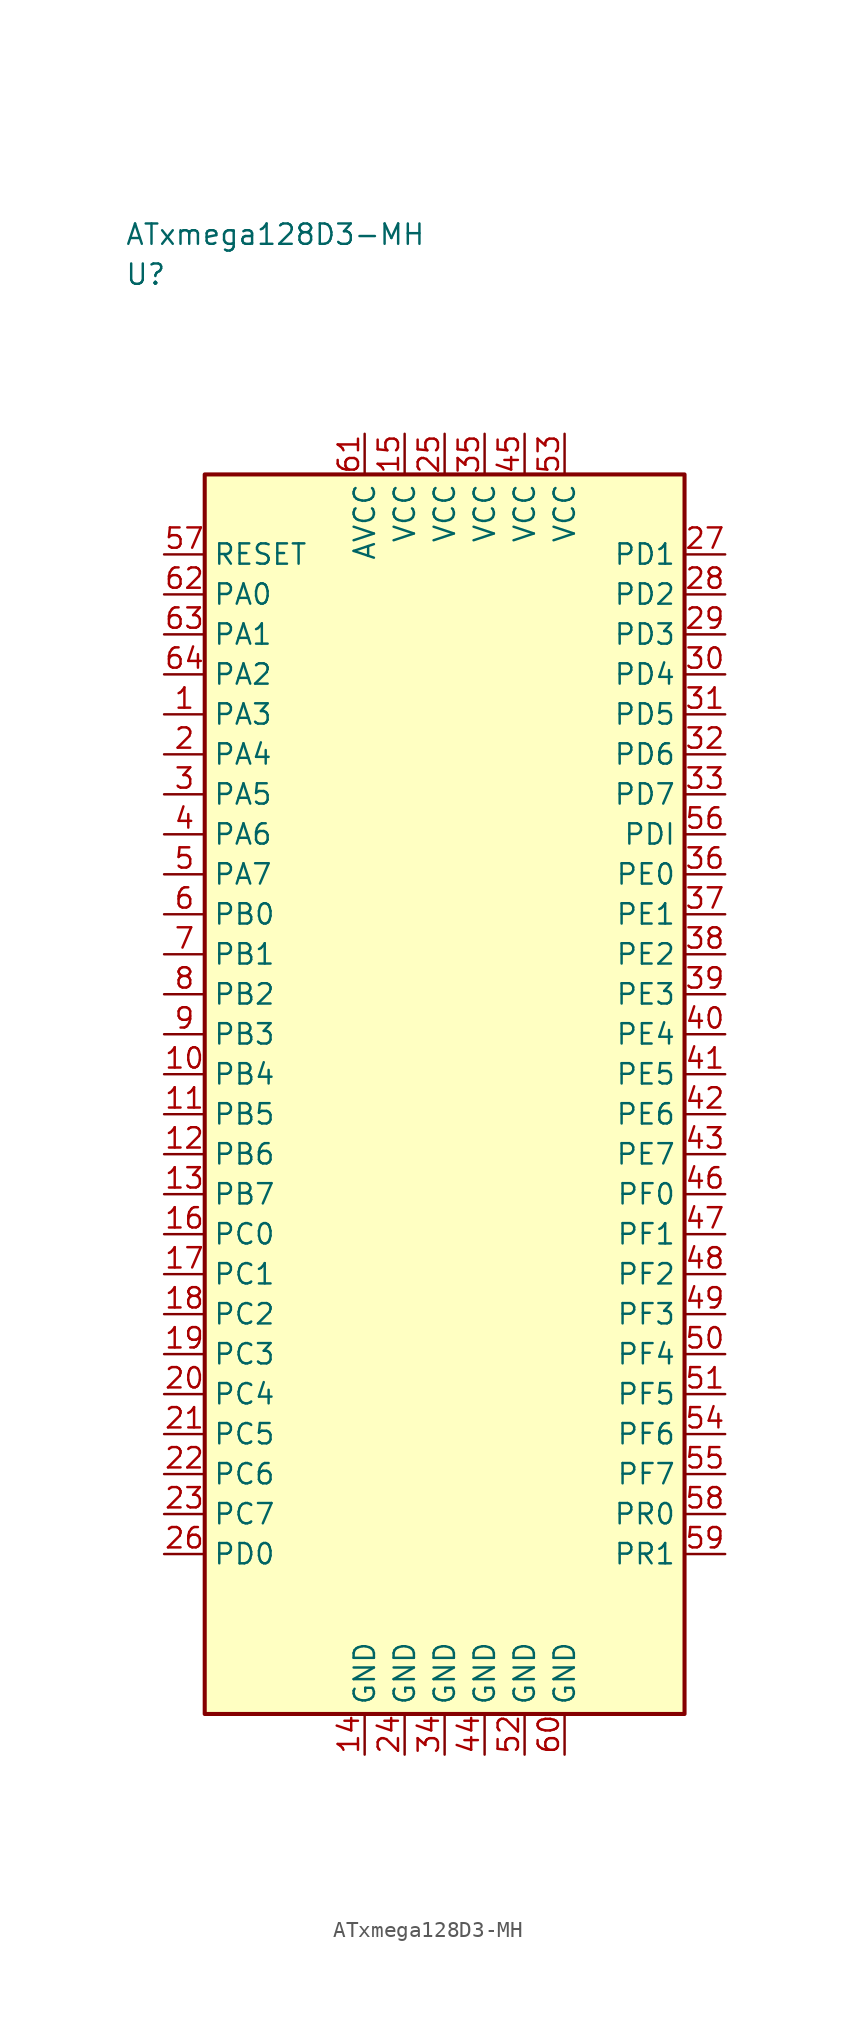
<source format=kicad_sym>
(kicad_symbol_lib
  (version 20241025)
  (generator "kicad_symbol_editor")
  (generator_version "8.0")
  (symbol "ATxmega128D3-MH"
    (property "Reference" "U"
      (at -20.0 51.25 0)
      (effects (font (size 1.27 1.27)) (justify left)))
    (property "Value" "ATxmega128D3-MH"
      (at -20.0 53.75 0)
      (effects (font (size 1.27 1.27)) (justify left)))
    (symbol "ATxmega128D3-MH_0_1"
      (rectangle (start -15.0 38.75) (end 15.0 -38.75) (stroke (width 0.254) (type default)) (fill (type background))))
    (symbol "ATxmega128D3-MH_1_1"
      (pin bidirectional line (at -17.54 23.75 0.0) (length 2.54) (name "PA3" (effects (font (size 1.27 1.27)))) (number "1" (effects (font (size 1.27 1.27)))))
      (pin bidirectional line (at -17.54 21.25 0.0) (length 2.54) (name "PA4" (effects (font (size 1.27 1.27)))) (number "2" (effects (font (size 1.27 1.27)))))
      (pin bidirectional line (at -17.54 18.75 0.0) (length 2.54) (name "PA5" (effects (font (size 1.27 1.27)))) (number "3" (effects (font (size 1.27 1.27)))))
      (pin bidirectional line (at -17.54 16.25 0.0) (length 2.54) (name "PA6" (effects (font (size 1.27 1.27)))) (number "4" (effects (font (size 1.27 1.27)))))
      (pin bidirectional line (at -17.54 13.75 0.0) (length 2.54) (name "PA7" (effects (font (size 1.27 1.27)))) (number "5" (effects (font (size 1.27 1.27)))))
      (pin bidirectional line (at -17.54 11.25 0.0) (length 2.54) (name "PB0" (effects (font (size 1.27 1.27)))) (number "6" (effects (font (size 1.27 1.27)))))
      (pin bidirectional line (at -17.54 8.75 0.0) (length 2.54) (name "PB1" (effects (font (size 1.27 1.27)))) (number "7" (effects (font (size 1.27 1.27)))))
      (pin bidirectional line (at -17.54 6.25 0.0) (length 2.54) (name "PB2" (effects (font (size 1.27 1.27)))) (number "8" (effects (font (size 1.27 1.27)))))
      (pin bidirectional line (at -17.54 3.75 0.0) (length 2.54) (name "PB3" (effects (font (size 1.27 1.27)))) (number "9" (effects (font (size 1.27 1.27)))))
      (pin bidirectional line (at -17.54 1.25 0.0) (length 2.54) (name "PB4" (effects (font (size 1.27 1.27)))) (number "10" (effects (font (size 1.27 1.27)))))
      (pin bidirectional line (at -17.54 -1.25 0.0) (length 2.54) (name "PB5" (effects (font (size 1.27 1.27)))) (number "11" (effects (font (size 1.27 1.27)))))
      (pin bidirectional line (at -17.54 -3.75 0.0) (length 2.54) (name "PB6" (effects (font (size 1.27 1.27)))) (number "12" (effects (font (size 1.27 1.27)))))
      (pin bidirectional line (at -17.54 -6.25 0.0) (length 2.54) (name "PB7" (effects (font (size 1.27 1.27)))) (number "13" (effects (font (size 1.27 1.27)))))
      (pin passive line (at -5.0 -41.29 90.0) (length 2.54) (name "GND" (effects (font (size 1.27 1.27)))) (number "14" (effects (font (size 1.27 1.27)))))
      (pin power_in line (at -2.5 41.29 270.0) (length 2.54) (name "VCC" (effects (font (size 1.27 1.27)))) (number "15" (effects (font (size 1.27 1.27)))))
      (pin bidirectional line (at -17.54 -8.75 0.0) (length 2.54) (name "PC0" (effects (font (size 1.27 1.27)))) (number "16" (effects (font (size 1.27 1.27)))))
      (pin bidirectional line (at -17.54 -11.25 0.0) (length 2.54) (name "PC1" (effects (font (size 1.27 1.27)))) (number "17" (effects (font (size 1.27 1.27)))))
      (pin bidirectional line (at -17.54 -13.75 0.0) (length 2.54) (name "PC2" (effects (font (size 1.27 1.27)))) (number "18" (effects (font (size 1.27 1.27)))))
      (pin bidirectional line (at -17.54 -16.25 0.0) (length 2.54) (name "PC3" (effects (font (size 1.27 1.27)))) (number "19" (effects (font (size 1.27 1.27)))))
      (pin bidirectional line (at -17.54 -18.75 0.0) (length 2.54) (name "PC4" (effects (font (size 1.27 1.27)))) (number "20" (effects (font (size 1.27 1.27)))))
      (pin bidirectional line (at -17.54 -21.25 0.0) (length 2.54) (name "PC5" (effects (font (size 1.27 1.27)))) (number "21" (effects (font (size 1.27 1.27)))))
      (pin bidirectional line (at -17.54 -23.75 0.0) (length 2.54) (name "PC6" (effects (font (size 1.27 1.27)))) (number "22" (effects (font (size 1.27 1.27)))))
      (pin bidirectional line (at -17.54 -26.25 0.0) (length 2.54) (name "PC7" (effects (font (size 1.27 1.27)))) (number "23" (effects (font (size 1.27 1.27)))))
      (pin passive line (at -2.5 -41.29 90.0) (length 2.54) (name "GND" (effects (font (size 1.27 1.27)))) (number "24" (effects (font (size 1.27 1.27)))))
      (pin power_in line (at 0.0 41.29 270.0) (length 2.54) (name "VCC" (effects (font (size 1.27 1.27)))) (number "25" (effects (font (size 1.27 1.27)))))
      (pin bidirectional line (at -17.54 -28.75 0.0) (length 2.54) (name "PD0" (effects (font (size 1.27 1.27)))) (number "26" (effects (font (size 1.27 1.27)))))
      (pin bidirectional line (at 17.54 33.75 180.0) (length 2.54) (name "PD1" (effects (font (size 1.27 1.27)))) (number "27" (effects (font (size 1.27 1.27)))))
      (pin bidirectional line (at 17.54 31.25 180.0) (length 2.54) (name "PD2" (effects (font (size 1.27 1.27)))) (number "28" (effects (font (size 1.27 1.27)))))
      (pin bidirectional line (at 17.54 28.75 180.0) (length 2.54) (name "PD3" (effects (font (size 1.27 1.27)))) (number "29" (effects (font (size 1.27 1.27)))))
      (pin bidirectional line (at 17.54 26.25 180.0) (length 2.54) (name "PD4" (effects (font (size 1.27 1.27)))) (number "30" (effects (font (size 1.27 1.27)))))
      (pin bidirectional line (at 17.54 23.75 180.0) (length 2.54) (name "PD5" (effects (font (size 1.27 1.27)))) (number "31" (effects (font (size 1.27 1.27)))))
      (pin bidirectional line (at 17.54 21.25 180.0) (length 2.54) (name "PD6" (effects (font (size 1.27 1.27)))) (number "32" (effects (font (size 1.27 1.27)))))
      (pin bidirectional line (at 17.54 18.75 180.0) (length 2.54) (name "PD7" (effects (font (size 1.27 1.27)))) (number "33" (effects (font (size 1.27 1.27)))))
      (pin passive line (at 0.0 -41.29 90.0) (length 2.54) (name "GND" (effects (font (size 1.27 1.27)))) (number "34" (effects (font (size 1.27 1.27)))))
      (pin power_in line (at 2.5 41.29 270.0) (length 2.54) (name "VCC" (effects (font (size 1.27 1.27)))) (number "35" (effects (font (size 1.27 1.27)))))
      (pin bidirectional line (at 17.54 13.75 180.0) (length 2.54) (name "PE0" (effects (font (size 1.27 1.27)))) (number "36" (effects (font (size 1.27 1.27)))))
      (pin bidirectional line (at 17.54 11.25 180.0) (length 2.54) (name "PE1" (effects (font (size 1.27 1.27)))) (number "37" (effects (font (size 1.27 1.27)))))
      (pin bidirectional line (at 17.54 8.75 180.0) (length 2.54) (name "PE2" (effects (font (size 1.27 1.27)))) (number "38" (effects (font (size 1.27 1.27)))))
      (pin bidirectional line (at 17.54 6.25 180.0) (length 2.54) (name "PE3" (effects (font (size 1.27 1.27)))) (number "39" (effects (font (size 1.27 1.27)))))
      (pin bidirectional line (at 17.54 3.75 180.0) (length 2.54) (name "PE4" (effects (font (size 1.27 1.27)))) (number "40" (effects (font (size 1.27 1.27)))))
      (pin bidirectional line (at 17.54 1.25 180.0) (length 2.54) (name "PE5" (effects (font (size 1.27 1.27)))) (number "41" (effects (font (size 1.27 1.27)))))
      (pin bidirectional line (at 17.54 -1.25 180.0) (length 2.54) (name "PE6" (effects (font (size 1.27 1.27)))) (number "42" (effects (font (size 1.27 1.27)))))
      (pin bidirectional line (at 17.54 -3.75 180.0) (length 2.54) (name "PE7" (effects (font (size 1.27 1.27)))) (number "43" (effects (font (size 1.27 1.27)))))
      (pin passive line (at 2.5 -41.29 90.0) (length 2.54) (name "GND" (effects (font (size 1.27 1.27)))) (number "44" (effects (font (size 1.27 1.27)))))
      (pin power_in line (at 5.0 41.29 270.0) (length 2.54) (name "VCC" (effects (font (size 1.27 1.27)))) (number "45" (effects (font (size 1.27 1.27)))))
      (pin bidirectional line (at 17.54 -6.25 180.0) (length 2.54) (name "PF0" (effects (font (size 1.27 1.27)))) (number "46" (effects (font (size 1.27 1.27)))))
      (pin bidirectional line (at 17.54 -8.75 180.0) (length 2.54) (name "PF1" (effects (font (size 1.27 1.27)))) (number "47" (effects (font (size 1.27 1.27)))))
      (pin bidirectional line (at 17.54 -11.25 180.0) (length 2.54) (name "PF2" (effects (font (size 1.27 1.27)))) (number "48" (effects (font (size 1.27 1.27)))))
      (pin bidirectional line (at 17.54 -13.75 180.0) (length 2.54) (name "PF3" (effects (font (size 1.27 1.27)))) (number "49" (effects (font (size 1.27 1.27)))))
      (pin bidirectional line (at 17.54 -16.25 180.0) (length 2.54) (name "PF4" (effects (font (size 1.27 1.27)))) (number "50" (effects (font (size 1.27 1.27)))))
      (pin bidirectional line (at 17.54 -18.75 180.0) (length 2.54) (name "PF5" (effects (font (size 1.27 1.27)))) (number "51" (effects (font (size 1.27 1.27)))))
      (pin passive line (at 5.0 -41.29 90.0) (length 2.54) (name "GND" (effects (font (size 1.27 1.27)))) (number "52" (effects (font (size 1.27 1.27)))))
      (pin power_in line (at 7.5 41.29 270.0) (length 2.54) (name "VCC" (effects (font (size 1.27 1.27)))) (number "53" (effects (font (size 1.27 1.27)))))
      (pin bidirectional line (at 17.54 -21.25 180.0) (length 2.54) (name "PF6" (effects (font (size 1.27 1.27)))) (number "54" (effects (font (size 1.27 1.27)))))
      (pin bidirectional line (at 17.54 -23.75 180.0) (length 2.54) (name "PF7" (effects (font (size 1.27 1.27)))) (number "55" (effects (font (size 1.27 1.27)))))
      (pin bidirectional line (at 17.54 16.25 180.0) (length 2.54) (name "PDI" (effects (font (size 1.27 1.27)))) (number "56" (effects (font (size 1.27 1.27)))))
      (pin input line (at -17.54 33.75 0.0) (length 2.54) (name "RESET" (effects (font (size 1.27 1.27)))) (number "57" (effects (font (size 1.27 1.27)))))
      (pin bidirectional line (at 17.54 -26.25 180.0) (length 2.54) (name "PR0" (effects (font (size 1.27 1.27)))) (number "58" (effects (font (size 1.27 1.27)))))
      (pin bidirectional line (at 17.54 -28.75 180.0) (length 2.54) (name "PR1" (effects (font (size 1.27 1.27)))) (number "59" (effects (font (size 1.27 1.27)))))
      (pin passive line (at 7.5 -41.29 90.0) (length 2.54) (name "GND" (effects (font (size 1.27 1.27)))) (number "60" (effects (font (size 1.27 1.27)))))
      (pin power_in line (at -5.0 41.29 270.0) (length 2.54) (name "AVCC" (effects (font (size 1.27 1.27)))) (number "61" (effects (font (size 1.27 1.27)))))
      (pin bidirectional line (at -17.54 31.25 0.0) (length 2.54) (name "PA0" (effects (font (size 1.27 1.27)))) (number "62" (effects (font (size 1.27 1.27)))))
      (pin bidirectional line (at -17.54 28.75 0.0) (length 2.54) (name "PA1" (effects (font (size 1.27 1.27)))) (number "63" (effects (font (size 1.27 1.27)))))
      (pin bidirectional line (at -17.54 26.25 0.0) (length 2.54) (name "PA2" (effects (font (size 1.27 1.27)))) (number "64" (effects (font (size 1.27 1.27))))))))
</source>
